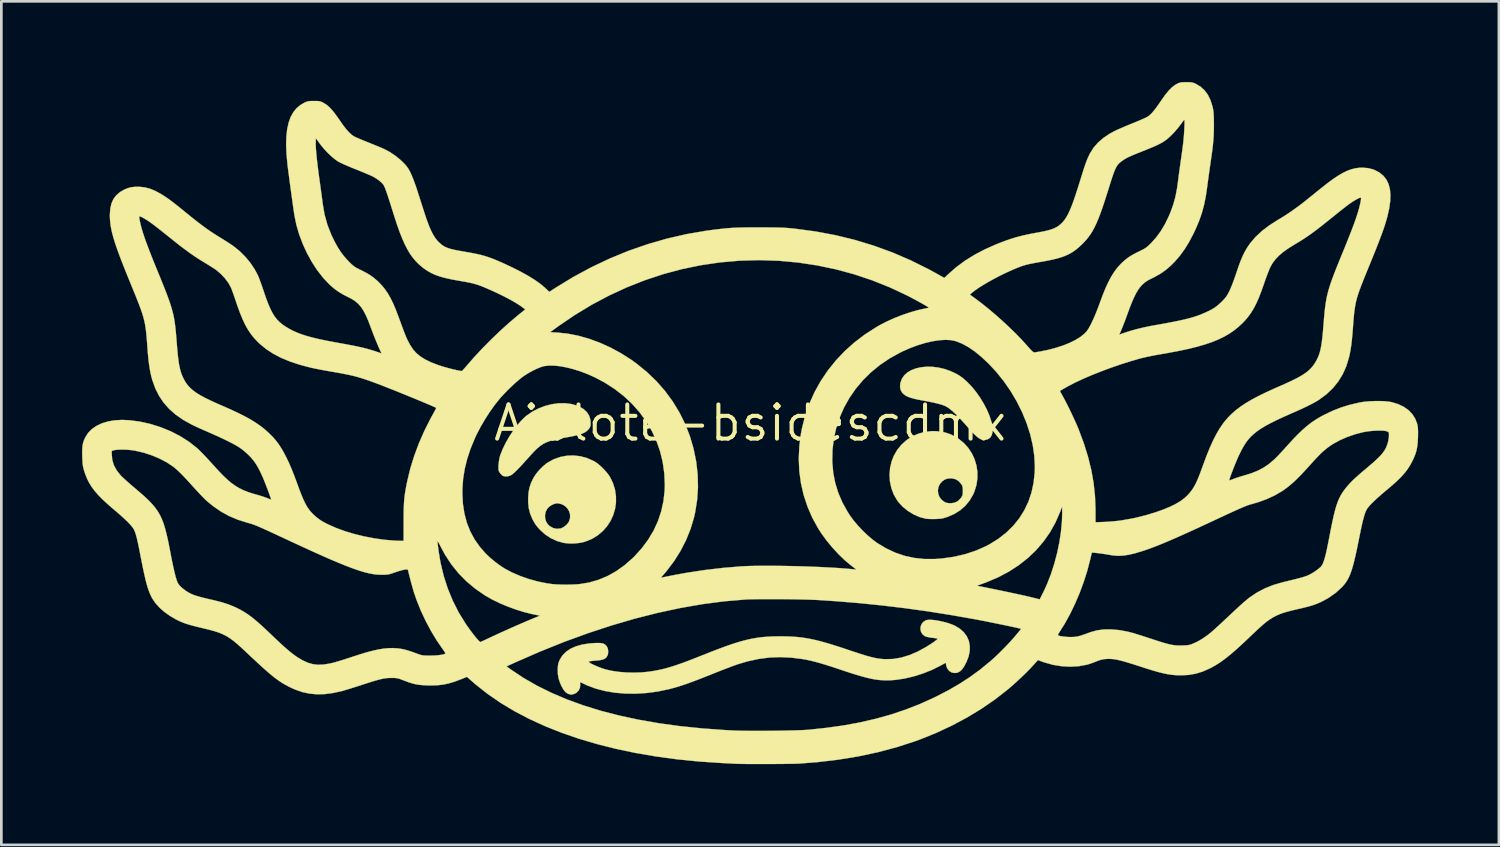
<source format=kicad_pcb>
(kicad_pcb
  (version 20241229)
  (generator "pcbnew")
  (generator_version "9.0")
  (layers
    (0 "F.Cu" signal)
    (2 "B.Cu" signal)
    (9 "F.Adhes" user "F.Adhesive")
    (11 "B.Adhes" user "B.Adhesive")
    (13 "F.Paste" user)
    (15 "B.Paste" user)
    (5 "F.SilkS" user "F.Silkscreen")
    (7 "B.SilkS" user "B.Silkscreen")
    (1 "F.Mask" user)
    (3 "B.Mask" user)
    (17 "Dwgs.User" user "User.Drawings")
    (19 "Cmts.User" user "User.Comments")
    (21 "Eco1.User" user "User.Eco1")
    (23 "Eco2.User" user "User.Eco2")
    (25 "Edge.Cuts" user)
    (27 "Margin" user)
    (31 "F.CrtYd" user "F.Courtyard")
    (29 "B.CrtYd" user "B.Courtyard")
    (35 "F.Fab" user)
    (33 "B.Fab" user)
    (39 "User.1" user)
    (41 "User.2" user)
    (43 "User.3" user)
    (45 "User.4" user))
  (footprint "Ajolote-bsidescdmx"
    (layer "F.Cu")
    (at 24.831 12.673)
    (property "Reference" "Ajolote-bsidescdmx" (at 0 0 0) (layer "F.SilkS") (effects (font (size 1.27 1.27) (thickness 0.15))))
    (attr through_hole)
    (fp_poly (pts (xy 6.779 -2.089) (xy 7.003 -2.06) (xy 7.229 -2.007) (xy 7.453 -1.928) (xy 7.477 -1.917) (xy 7.641 -1.841) (xy 7.779 -1.761) (xy 7.906 -1.67) (xy 8.038 -1.555) (xy 8.06 -1.535) (xy 8.233 -1.357) (xy 8.397 -1.156) (xy 8.549 -0.941) (xy 8.685 -0.716) (xy 8.803 -0.489) (xy 8.898 -0.266) (xy 8.966 -0.053) (xy 9.005 0.143) (xy 9.01 0.192) (xy 9.009 0.34) (xy 8.978 0.459) (xy 8.92 0.547) (xy 8.835 0.604) (xy 8.736 0.627) (xy 8.655 0.625) (xy 8.581 0.606) (xy 8.578 0.605) (xy 8.522 0.575) (xy 8.463 0.534) (xy 8.397 0.478) (xy 8.319 0.404) (xy 8.226 0.306) (xy 8.114 0.181) (xy 8.029 0.085) (xy 7.837 -0.129) (xy 7.666 -0.306) (xy 7.516 -0.447) (xy 7.386 -0.551) (xy 7.276 -0.62) (xy 7.262 -0.627) (xy 7.153 -0.67) (xy 7.004 -0.714) (xy 6.815 -0.76) (xy 6.584 -0.806) (xy 6.435 -0.833) (xy 6.241 -0.87) (xy 6.083 -0.906) (xy 5.955 -0.943) (xy 5.852 -0.982) (xy 5.767 -1.027) (xy 5.755 -1.034) (xy 5.658 -1.118) (xy 5.597 -1.223) (xy 5.572 -1.344) (xy 5.583 -1.479) (xy 5.632 -1.623) (xy 5.641 -1.642) (xy 5.727 -1.771) (xy 5.845 -1.879) (xy 5.993 -1.965) (xy 6.164 -2.03) (xy 6.355 -2.073) (xy 6.562 -2.093) (xy 6.779 -2.089)) (stroke (width 0.01) (type solid)) (fill yes) (layer "F.SilkS"))
    (fp_poly (pts (xy -6.65 -0.708) (xy -6.434 -0.648) (xy -6.352 -0.613) (xy -6.194 -0.521) (xy -6.072 -0.409) (xy -5.986 -0.278) (xy -5.939 -0.131) (xy -5.932 -0.071) (xy -5.927 0.034) (xy -5.937 0.112) (xy -5.964 0.177) (xy -6.012 0.241) (xy -6.015 0.244) (xy -6.07 0.298) (xy -6.137 0.344) (xy -6.221 0.386) (xy -6.328 0.424) (xy -6.46 0.46) (xy -6.625 0.496) (xy -6.826 0.533) (xy -6.869 0.541) (xy -7.091 0.581) (xy -7.278 0.622) (xy -7.436 0.666) (xy -7.573 0.717) (xy -7.694 0.778) (xy -7.807 0.854) (xy -7.918 0.947) (xy -8.034 1.061) (xy -8.162 1.199) (xy -8.187 1.228) (xy -8.355 1.415) (xy -8.497 1.571) (xy -8.617 1.697) (xy -8.715 1.797) (xy -8.794 1.87) (xy -8.855 1.92) (xy -8.896 1.945) (xy -9.005 1.981) (xy -9.111 1.985) (xy -9.177 1.969) (xy -9.23 1.933) (xy -9.285 1.874) (xy -9.33 1.808) (xy -9.348 1.764) (xy -9.356 1.688) (xy -9.354 1.585) (xy -9.343 1.467) (xy -9.324 1.345) (xy -9.298 1.234) (xy -9.283 1.185) (xy -9.195 0.963) (xy -9.083 0.735) (xy -8.953 0.507) (xy -8.809 0.289) (xy -8.658 0.086) (xy -8.504 -0.092) (xy -8.352 -0.239) (xy -8.31 -0.274) (xy -8.098 -0.421) (xy -7.867 -0.541) (xy -7.625 -0.634) (xy -7.376 -0.698) (xy -7.127 -0.733) (xy -6.883 -0.736) (xy -6.65 -0.708)) (stroke (width 0.01) (type solid)) (fill yes) (layer "F.SilkS"))
    (fp_poly (pts (xy -6.307 1.236) (xy -6.058 1.304) (xy -5.819 1.41) (xy -5.763 1.442) (xy -5.659 1.514) (xy -5.545 1.612) (xy -5.43 1.726) (xy -5.325 1.844) (xy -5.24 1.956) (xy -5.211 2) (xy -5.098 2.234) (xy -5.023 2.474) (xy -4.987 2.717) (xy -4.986 2.958) (xy -5.021 3.195) (xy -5.089 3.423) (xy -5.189 3.639) (xy -5.319 3.839) (xy -5.479 4.019) (xy -5.665 4.176) (xy -5.877 4.305) (xy -6.114 4.403) (xy -6.181 4.423) (xy -6.348 4.458) (xy -6.536 4.476) (xy -6.726 4.477) (xy -6.899 4.46) (xy -6.926 4.456) (xy -7.173 4.388) (xy -7.407 4.281) (xy -7.621 4.14) (xy -7.801 3.977) (xy -7.886 3.884) (xy -7.95 3.807) (xy -8.002 3.731) (xy -8.053 3.644) (xy -8.095 3.562) (xy -8.153 3.423) (xy -7.624 3.423) (xy -7.618 3.551) (xy -7.58 3.672) (xy -7.511 3.776) (xy -7.446 3.834) (xy -7.317 3.905) (xy -7.184 3.933) (xy -7.047 3.919) (xy -7.024 3.912) (xy -6.93 3.867) (xy -6.837 3.795) (xy -6.761 3.709) (xy -6.729 3.652) (xy -6.692 3.525) (xy -6.693 3.399) (xy -6.728 3.279) (xy -6.793 3.171) (xy -6.883 3.083) (xy -6.995 3.02) (xy -7.124 2.987) (xy -7.177 2.985) (xy -7.266 3) (xy -7.365 3.042) (xy -7.458 3.102) (xy -7.53 3.171) (xy -7.536 3.179) (xy -7.597 3.296) (xy -7.624 3.423) (xy -8.153 3.423) (xy -8.175 3.371) (xy -8.226 3.175) (xy -8.249 2.962) (xy -8.25 2.773) (xy -8.234 2.569) (xy -8.198 2.39) (xy -8.14 2.22) (xy -8.054 2.044) (xy -8.037 2.012) (xy -7.949 1.881) (xy -7.835 1.744) (xy -7.706 1.615) (xy -7.573 1.505) (xy -7.526 1.472) (xy -7.301 1.348) (xy -7.061 1.263) (xy -6.813 1.215) (xy -6.56 1.206) (xy -6.307 1.236)) (stroke (width 0.01) (type solid)) (fill yes) (layer "F.SilkS"))
    (fp_poly (pts (xy 6.899 0.303) (xy 7.084 0.32) (xy 7.244 0.351) (xy 7.395 0.4) (xy 7.524 0.455) (xy 7.745 0.583) (xy 7.939 0.739) (xy 8.104 0.921) (xy 8.239 1.124) (xy 8.342 1.344) (xy 8.412 1.577) (xy 8.448 1.819) (xy 8.447 2.066) (xy 8.41 2.313) (xy 8.333 2.557) (xy 8.289 2.656) (xy 8.16 2.879) (xy 7.999 3.075) (xy 7.807 3.243) (xy 7.587 3.381) (xy 7.342 3.487) (xy 7.323 3.494) (xy 7.221 3.526) (xy 7.132 3.547) (xy 7.041 3.559) (xy 6.93 3.566) (xy 6.88 3.568) (xy 6.77 3.569) (xy 6.663 3.567) (xy 6.573 3.561) (xy 6.526 3.555) (xy 6.3 3.495) (xy 6.078 3.398) (xy 5.867 3.27) (xy 5.677 3.116) (xy 5.515 2.942) (xy 5.462 2.869) (xy 5.337 2.652) (xy 5.284 2.511) (xy 6.978 2.511) (xy 6.993 2.635) (xy 7.039 2.752) (xy 7.117 2.854) (xy 7.224 2.934) (xy 7.26 2.952) (xy 7.36 2.978) (xy 7.477 2.981) (xy 7.594 2.961) (xy 7.692 2.921) (xy 7.702 2.915) (xy 7.769 2.859) (xy 7.832 2.79) (xy 7.847 2.769) (xy 7.878 2.717) (xy 7.896 2.666) (xy 7.904 2.603) (xy 7.906 2.519) (xy 7.904 2.43) (xy 7.895 2.368) (xy 7.877 2.318) (xy 7.847 2.269) (xy 7.754 2.162) (xy 7.64 2.091) (xy 7.506 2.058) (xy 7.493 2.057) (xy 7.355 2.062) (xy 7.238 2.098) (xy 7.141 2.165) (xy 7.051 2.268) (xy 6.998 2.386) (xy 6.978 2.511) (xy 5.284 2.511) (xy 5.249 2.417) (xy 5.197 2.171) (xy 5.181 1.918) (xy 5.203 1.666) (xy 5.262 1.418) (xy 5.342 1.217) (xy 5.47 0.995) (xy 5.63 0.8) (xy 5.816 0.633) (xy 6.025 0.498) (xy 6.254 0.396) (xy 6.498 0.33) (xy 6.753 0.301) (xy 6.899 0.303)) (stroke (width 0.01) (type solid)) (fill yes) (layer "F.SilkS"))
    (fp_poly (pts (xy 6.759 7.316) (xy 6.895 7.331) (xy 7.044 7.358) (xy 7.2 7.393) (xy 7.352 7.435) (xy 7.492 7.483) (xy 7.612 7.535) (xy 7.795 7.645) (xy 7.943 7.777) (xy 8.054 7.928) (xy 8.128 8.096) (xy 8.164 8.279) (xy 8.162 8.473) (xy 8.12 8.678) (xy 8.038 8.89) (xy 8.033 8.9) (xy 7.954 9.048) (xy 7.877 9.158) (xy 7.799 9.232) (xy 7.715 9.276) (xy 7.621 9.292) (xy 7.606 9.292) (xy 7.494 9.273) (xy 7.401 9.216) (xy 7.331 9.126) (xy 7.329 9.122) (xy 7.3 9.054) (xy 7.283 8.989) (xy 7.281 8.968) (xy 7.277 8.928) (xy 7.265 8.915) (xy 7.241 8.927) (xy 7.189 8.956) (xy 7.117 8.995) (xy 7.068 9.022) (xy 6.756 9.177) (xy 6.425 9.309) (xy 6.083 9.417) (xy 5.741 9.498) (xy 5.407 9.547) (xy 5.226 9.561) (xy 5.083 9.565) (xy 4.944 9.562) (xy 4.805 9.552) (xy 4.661 9.534) (xy 4.507 9.506) (xy 4.338 9.467) (xy 4.151 9.417) (xy 3.939 9.355) (xy 3.698 9.279) (xy 3.424 9.188) (xy 3.355 9.165) (xy 3.07 9.07) (xy 2.819 8.99) (xy 2.597 8.924) (xy 2.4 8.87) (xy 2.222 8.826) (xy 2.06 8.792) (xy 1.968 8.776) (xy 1.537 8.721) (xy 1.122 8.701) (xy 0.717 8.716) (xy 0.314 8.769) (xy -0.093 8.858) (xy -0.449 8.963) (xy -0.537 8.994) (xy -0.657 9.037) (xy -0.802 9.092) (xy -0.966 9.154) (xy -1.141 9.222) (xy -1.32 9.293) (xy -1.439 9.341) (xy -1.711 9.449) (xy -1.949 9.542) (xy -2.159 9.621) (xy -2.345 9.689) (xy -2.513 9.746) (xy -2.668 9.796) (xy -2.815 9.839) (xy -2.96 9.878) (xy -3.025 9.894) (xy -3.435 9.98) (xy -3.845 10.035) (xy -4.249 10.06) (xy -4.646 10.056) (xy -5.029 10.023) (xy -5.394 9.961) (xy -5.739 9.871) (xy -6.058 9.752) (xy -6.202 9.683) (xy -6.262 9.654) (xy -6.304 9.635) (xy -6.317 9.631) (xy -6.321 9.649) (xy -6.319 9.696) (xy -6.316 9.721) (xy -6.323 9.83) (xy -6.366 9.931) (xy -6.441 10.013) (xy -6.497 10.049) (xy -6.589 10.086) (xy -6.667 10.093) (xy -6.75 10.07) (xy -6.789 10.052) (xy -6.865 9.998) (xy -6.937 9.91) (xy -7.008 9.786) (xy -7.056 9.679) (xy -7.117 9.504) (xy -7.147 9.332) (xy -7.151 9.145) (xy -7.151 9.131) (xy -7.143 9.023) (xy -7.128 8.939) (xy -7.102 8.861) (xy -7.077 8.804) (xy -6.979 8.643) (xy -6.845 8.505) (xy -6.678 8.391) (xy -6.476 8.301) (xy -6.242 8.234) (xy -5.976 8.193) (xy -5.789 8.179) (xy -5.651 8.175) (xy -5.547 8.18) (xy -5.469 8.194) (xy -5.41 8.221) (xy -5.361 8.262) (xy -5.326 8.303) (xy -5.29 8.381) (xy -5.275 8.478) (xy -5.281 8.577) (xy -5.302 8.643) (xy -5.341 8.708) (xy -5.394 8.755) (xy -5.466 8.789) (xy -5.566 8.812) (xy -5.699 8.828) (xy -5.733 8.831) (xy -5.832 8.839) (xy -5.914 8.849) (xy -5.972 8.859) (xy -5.996 8.866) (xy -5.991 8.887) (xy -5.952 8.917) (xy -5.885 8.956) (xy -5.796 8.999) (xy -5.692 9.044) (xy -5.579 9.089) (xy -5.463 9.13) (xy -5.354 9.163) (xy -5.13 9.213) (xy -4.877 9.25) (xy -4.605 9.271) (xy -4.325 9.278) (xy -4.048 9.27) (xy -3.784 9.245) (xy -3.757 9.241) (xy -3.589 9.216) (xy -3.427 9.186) (xy -3.266 9.151) (xy -3.101 9.109) (xy -2.927 9.058) (xy -2.739 8.997) (xy -2.531 8.925) (xy -2.3 8.839) (xy -2.041 8.738) (xy -1.757 8.626) (xy -1.422 8.493) (xy -1.121 8.378) (xy -0.849 8.278) (xy -0.601 8.194) (xy -0.373 8.124) (xy -0.16 8.067) (xy 0.043 8.021) (xy 0.239 7.986) (xy 0.435 7.96) (xy 0.633 7.943) (xy 0.839 7.933) (xy 1.058 7.929) (xy 1.111 7.928) (xy 1.341 7.931) (xy 1.555 7.939) (xy 1.76 7.954) (xy 1.962 7.978) (xy 2.164 8.01) (xy 2.374 8.053) (xy 2.597 8.107) (xy 2.838 8.174) (xy 3.103 8.254) (xy 3.397 8.348) (xy 3.631 8.427) (xy 3.873 8.508) (xy 4.08 8.575) (xy 4.257 8.631) (xy 4.409 8.675) (xy 4.542 8.709) (xy 4.659 8.736) (xy 4.766 8.755) (xy 4.868 8.767) (xy 4.97 8.776) (xy 5.027 8.778) (xy 5.316 8.77) (xy 5.612 8.72) (xy 5.915 8.629) (xy 6.225 8.497) (xy 6.543 8.323) (xy 6.725 8.208) (xy 6.829 8.137) (xy 6.9 8.085) (xy 6.944 8.05) (xy 6.963 8.026) (xy 6.961 8.012) (xy 6.938 8.007) (xy 6.882 7.998) (xy 6.804 7.987) (xy 6.752 7.981) (xy 6.655 7.966) (xy 6.568 7.947) (xy 6.504 7.927) (xy 6.488 7.919) (xy 6.404 7.849) (xy 6.352 7.76) (xy 6.331 7.662) (xy 6.339 7.561) (xy 6.376 7.468) (xy 6.441 7.389) (xy 6.533 7.333) (xy 6.562 7.324) (xy 6.645 7.313) (xy 6.759 7.316)) (stroke (width 0.01) (type solid)) (fill yes) (layer "F.SilkS"))
    (fp_poly (pts (xy 16.317 -12.667) (xy 16.392 -12.663) (xy 16.451 -12.652) (xy 16.506 -12.633) (xy 16.572 -12.603) (xy 16.573 -12.602) (xy 16.745 -12.499) (xy 16.891 -12.365) (xy 17.013 -12.2) (xy 17.11 -12.002) (xy 17.184 -11.769) (xy 17.212 -11.642) (xy 17.222 -11.566) (xy 17.23 -11.454) (xy 17.235 -11.315) (xy 17.238 -11.153) (xy 17.238 -11.07) (xy 17.237 -10.917) (xy 17.233 -10.774) (xy 17.227 -10.634) (xy 17.216 -10.49) (xy 17.201 -10.336) (xy 17.181 -10.165) (xy 17.155 -9.969) (xy 17.122 -9.742) (xy 17.102 -9.604) (xy 17.078 -9.436) (xy 17.051 -9.244) (xy 17.024 -9.047) (xy 16.999 -8.862) (xy 16.987 -8.768) (xy 16.936 -8.424) (xy 16.872 -8.109) (xy 16.792 -7.813) (xy 16.692 -7.524) (xy 16.569 -7.231) (xy 16.478 -7.038) (xy 16.318 -6.734) (xy 16.153 -6.465) (xy 15.979 -6.225) (xy 15.79 -6.005) (xy 15.644 -5.857) (xy 15.456 -5.694) (xy 15.252 -5.551) (xy 15.021 -5.421) (xy 14.925 -5.375) (xy 14.803 -5.312) (xy 14.695 -5.243) (xy 14.598 -5.163) (xy 14.509 -5.07) (xy 14.427 -4.959) (xy 14.347 -4.826) (xy 14.268 -4.667) (xy 14.185 -4.478) (xy 14.098 -4.254) (xy 14.032 -4.075) (xy 13.981 -3.934) (xy 13.929 -3.794) (xy 13.879 -3.665) (xy 13.836 -3.555) (xy 13.803 -3.474) (xy 13.8 -3.469) (xy 13.721 -3.286) (xy 13.893 -3.346) (xy 14.118 -3.419) (xy 14.349 -3.485) (xy 14.595 -3.545) (xy 14.865 -3.602) (xy 15.141 -3.652) (xy 15.44 -3.705) (xy 15.701 -3.755) (xy 15.93 -3.801) (xy 16.131 -3.846) (xy 16.309 -3.89) (xy 16.468 -3.935) (xy 16.613 -3.982) (xy 16.748 -4.032) (xy 16.879 -4.087) (xy 16.899 -4.096) (xy 17.053 -4.167) (xy 17.178 -4.233) (xy 17.283 -4.299) (xy 17.38 -4.372) (xy 17.477 -4.46) (xy 17.527 -4.508) (xy 17.614 -4.598) (xy 17.679 -4.674) (xy 17.732 -4.751) (xy 17.783 -4.843) (xy 17.817 -4.911) (xy 17.857 -4.999) (xy 17.906 -5.118) (xy 17.96 -5.259) (xy 18.015 -5.412) (xy 18.069 -5.566) (xy 18.084 -5.611) (xy 18.164 -5.848) (xy 18.24 -6.049) (xy 18.314 -6.223) (xy 18.391 -6.376) (xy 18.472 -6.515) (xy 18.562 -6.648) (xy 18.595 -6.692) (xy 18.789 -6.919) (xy 19.024 -7.138) (xy 19.3 -7.348) (xy 19.617 -7.55) (xy 19.664 -7.578) (xy 19.81 -7.666) (xy 19.978 -7.775) (xy 20.157 -7.897) (xy 20.337 -8.026) (xy 20.507 -8.153) (xy 20.63 -8.249) (xy 20.733 -8.333) (xy 20.858 -8.433) (xy 20.993 -8.542) (xy 21.126 -8.65) (xy 21.221 -8.726) (xy 21.456 -8.912) (xy 21.667 -9.067) (xy 21.858 -9.195) (xy 22.033 -9.297) (xy 22.196 -9.376) (xy 22.35 -9.432) (xy 22.5 -9.469) (xy 22.65 -9.488) (xy 22.754 -9.491) (xy 22.974 -9.474) (xy 23.176 -9.42) (xy 23.362 -9.327) (xy 23.398 -9.304) (xy 23.538 -9.189) (xy 23.648 -9.05) (xy 23.728 -8.886) (xy 23.779 -8.698) (xy 23.799 -8.483) (xy 23.791 -8.241) (xy 23.752 -7.972) (xy 23.685 -7.673) (xy 23.61 -7.413) (xy 23.564 -7.272) (xy 23.508 -7.111) (xy 23.44 -6.927) (xy 23.36 -6.717) (xy 23.267 -6.478) (xy 23.158 -6.208) (xy 23.034 -5.902) (xy 22.987 -5.789) (xy 22.883 -5.535) (xy 22.794 -5.315) (xy 22.719 -5.124) (xy 22.656 -4.955) (xy 22.603 -4.804) (xy 22.56 -4.665) (xy 22.525 -4.534) (xy 22.497 -4.404) (xy 22.475 -4.27) (xy 22.456 -4.128) (xy 22.439 -3.971) (xy 22.424 -3.794) (xy 22.409 -3.592) (xy 22.405 -3.535) (xy 22.385 -3.285) (xy 22.364 -3.07) (xy 22.342 -2.882) (xy 22.316 -2.716) (xy 22.287 -2.562) (xy 22.255 -2.424) (xy 22.155 -2.102) (xy 22.022 -1.806) (xy 21.855 -1.536) (xy 21.654 -1.29) (xy 21.418 -1.066) (xy 21.149 -0.868) (xy 21.035 -0.797) (xy 20.896 -0.721) (xy 20.729 -0.636) (xy 20.531 -0.541) (xy 20.298 -0.436) (xy 20.098 -0.348) (xy 19.811 -0.221) (xy 19.561 -0.104) (xy 19.344 0.004) (xy 19.157 0.105) (xy 18.996 0.202) (xy 18.856 0.297) (xy 18.736 0.392) (xy 18.63 0.488) (xy 18.628 0.49) (xy 18.532 0.593) (xy 18.444 0.706) (xy 18.359 0.836) (xy 18.271 0.992) (xy 18.177 1.181) (xy 18.171 1.193) (xy 18.13 1.283) (xy 18.083 1.39) (xy 18.034 1.509) (xy 17.984 1.634) (xy 17.936 1.757) (xy 17.892 1.872) (xy 17.855 1.974) (xy 17.827 2.055) (xy 17.811 2.11) (xy 17.809 2.132) (xy 17.831 2.128) (xy 17.882 2.111) (xy 17.953 2.085) (xy 17.981 2.074) (xy 18.075 2.04) (xy 18.191 2.001) (xy 18.312 1.965) (xy 18.372 1.948) (xy 18.639 1.865) (xy 18.874 1.77) (xy 19.085 1.658) (xy 19.282 1.524) (xy 19.473 1.362) (xy 19.513 1.325) (xy 19.568 1.27) (xy 19.645 1.19) (xy 19.736 1.092) (xy 19.837 0.984) (xy 19.939 0.87) (xy 19.97 0.836) (xy 20.173 0.613) (xy 20.357 0.422) (xy 20.529 0.257) (xy 20.693 0.114) (xy 20.854 -0.011) (xy 21.018 -0.123) (xy 21.19 -0.226) (xy 21.336 -0.304) (xy 21.655 -0.456) (xy 21.968 -0.579) (xy 22.291 -0.678) (xy 22.637 -0.759) (xy 22.669 -0.765) (xy 22.826 -0.79) (xy 23.004 -0.806) (xy 23.194 -0.815) (xy 23.384 -0.817) (xy 23.565 -0.811) (xy 23.724 -0.796) (xy 23.844 -0.776) (xy 24.084 -0.703) (xy 24.292 -0.605) (xy 24.469 -0.481) (xy 24.612 -0.332) (xy 24.721 -0.16) (xy 24.795 0.034) (xy 24.808 0.087) (xy 24.82 0.18) (xy 24.826 0.314) (xy 24.824 0.488) (xy 24.823 0.531) (xy 24.813 0.725) (xy 24.794 0.888) (xy 24.764 1.034) (xy 24.72 1.174) (xy 24.659 1.32) (xy 24.617 1.408) (xy 24.537 1.558) (xy 24.447 1.7) (xy 24.343 1.839) (xy 24.22 1.979) (xy 24.075 2.125) (xy 23.903 2.282) (xy 23.7 2.455) (xy 23.675 2.476) (xy 23.472 2.647) (xy 23.298 2.801) (xy 23.153 2.938) (xy 23.039 3.054) (xy 22.959 3.149) (xy 22.954 3.155) (xy 22.923 3.203) (xy 22.893 3.259) (xy 22.864 3.327) (xy 22.835 3.411) (xy 22.805 3.515) (xy 22.772 3.642) (xy 22.736 3.796) (xy 22.696 3.982) (xy 22.651 4.203) (xy 22.615 4.381) (xy 22.556 4.67) (xy 22.502 4.921) (xy 22.451 5.137) (xy 22.401 5.324) (xy 22.352 5.484) (xy 22.303 5.621) (xy 22.25 5.74) (xy 22.194 5.845) (xy 22.133 5.938) (xy 22.065 6.025) (xy 21.994 6.103) (xy 21.761 6.316) (xy 21.496 6.501) (xy 21.293 6.613) (xy 21.179 6.668) (xy 21.07 6.715) (xy 20.958 6.757) (xy 20.835 6.796) (xy 20.694 6.835) (xy 20.525 6.877) (xy 20.34 6.919) (xy 20.124 6.97) (xy 19.943 7.018) (xy 19.789 7.065) (xy 19.655 7.116) (xy 19.535 7.171) (xy 19.419 7.234) (xy 19.315 7.3) (xy 19.26 7.337) (xy 19.205 7.378) (xy 19.145 7.425) (xy 19.077 7.482) (xy 18.997 7.553) (xy 18.901 7.64) (xy 18.786 7.747) (xy 18.648 7.877) (xy 18.5 8.018) (xy 18.273 8.231) (xy 18.07 8.416) (xy 17.887 8.575) (xy 17.72 8.711) (xy 17.564 8.829) (xy 17.417 8.931) (xy 17.274 9.019) (xy 17.131 9.098) (xy 17.087 9.12) (xy 16.822 9.237) (xy 16.563 9.317) (xy 16.298 9.363) (xy 16.027 9.377) (xy 15.892 9.375) (xy 15.763 9.367) (xy 15.634 9.353) (xy 15.5 9.332) (xy 15.356 9.302) (xy 15.196 9.262) (xy 15.015 9.211) (xy 14.807 9.148) (xy 14.567 9.072) (xy 14.467 9.039) (xy 14.237 8.965) (xy 14.04 8.904) (xy 13.874 8.856) (xy 13.733 8.819) (xy 13.611 8.793) (xy 13.504 8.776) (xy 13.408 8.768) (xy 13.316 8.766) (xy 13.263 8.768) (xy 13.161 8.776) (xy 13.075 8.791) (xy 12.988 8.816) (xy 12.884 8.854) (xy 12.859 8.865) (xy 12.755 8.905) (xy 12.65 8.942) (xy 12.559 8.971) (xy 12.52 8.982) (xy 12.218 9.038) (xy 11.902 9.057) (xy 11.579 9.039) (xy 11.256 8.987) (xy 10.939 8.899) (xy 10.868 8.874) (xy 10.698 8.811) (xy 10.508 9.021) (xy 10.393 9.144) (xy 10.253 9.285) (xy 10.097 9.436) (xy 9.933 9.59) (xy 9.77 9.737) (xy 9.617 9.87) (xy 9.578 9.903) (xy 9.106 10.271) (xy 8.601 10.619) (xy 8.065 10.944) (xy 7.503 11.244) (xy 6.918 11.517) (xy 6.316 11.76) (xy 6.144 11.823) (xy 5.467 12.043) (xy 4.765 12.232) (xy 4.036 12.388) (xy 3.282 12.512) (xy 2.5 12.605) (xy 1.82 12.658) (xy 1.735 12.661) (xy 1.614 12.665) (xy 1.462 12.667) (xy 1.286 12.67) (xy 1.091 12.672) (xy 0.884 12.673) (xy 0.67 12.674) (xy 0.455 12.675) (xy 0.246 12.675) (xy 0.047 12.674) (xy -0.134 12.673) (xy -0.292 12.671) (xy -0.421 12.669) (xy -0.516 12.666) (xy -0.529 12.665) (xy -0.586 12.662) (xy -0.677 12.657) (xy -0.793 12.651) (xy -0.925 12.644) (xy -1.065 12.637) (xy -1.079 12.636) (xy -1.91 12.58) (xy -2.718 12.499) (xy -3.5 12.393) (xy -4.258 12.263) (xy -4.989 12.11) (xy -5.692 11.933) (xy -6.367 11.733) (xy -7.013 11.51) (xy -7.627 11.265) (xy -8.21 10.998) (xy -8.76 10.709) (xy -9.277 10.399) (xy -9.759 10.067) (xy -10.205 9.715) (xy -10.326 9.61) (xy -10.525 9.435) (xy -10.739 9.521) (xy -10.978 9.611) (xy -11.196 9.677) (xy -11.404 9.721) (xy -11.614 9.746) (xy -11.839 9.754) (xy -11.999 9.752) (xy -12.167 9.743) (xy -12.309 9.73) (xy -12.439 9.708) (xy -12.567 9.675) (xy -12.708 9.63) (xy -12.873 9.568) (xy -12.88 9.565) (xy -12.984 9.526) (xy -13.062 9.499) (xy -13.129 9.484) (xy -13.198 9.476) (xy -13.282 9.474) (xy -13.324 9.474) (xy -13.409 9.475) (xy -13.49 9.48) (xy -13.572 9.489) (xy -13.66 9.505) (xy -13.761 9.528) (xy -13.88 9.56) (xy -14.02 9.601) (xy -14.189 9.654) (xy -14.391 9.719) (xy -14.448 9.738) (xy -14.606 9.789) (xy -14.76 9.838) (xy -14.902 9.882) (xy -15.026 9.92) (xy -15.124 9.949) (xy -15.189 9.967) (xy -15.189 9.967) (xy -15.516 10.037) (xy -15.819 10.076) (xy -16.103 10.083) (xy -16.375 10.058) (xy -16.639 10.001) (xy -16.9 9.911) (xy -17.071 9.835) (xy -17.183 9.779) (xy -17.288 9.722) (xy -17.391 9.662) (xy -17.494 9.595) (xy -17.6 9.519) (xy -17.714 9.433) (xy -17.837 9.332) (xy -17.974 9.214) (xy -18.128 9.077) (xy -18.162 9.045) (xy -9.055 9.045) (xy -8.897 9.159) (xy -8.427 9.472) (xy -7.922 9.763) (xy -7.381 10.03) (xy -6.804 10.275) (xy -6.193 10.497) (xy -5.546 10.697) (xy -4.864 10.873) (xy -4.148 11.027) (xy -3.397 11.158) (xy -2.612 11.266) (xy -1.792 11.35) (xy -0.938 11.412) (xy -0.603 11.43) (xy -0.459 11.435) (xy -0.282 11.439) (xy -0.08 11.441) (xy 0.142 11.442) (xy 0.378 11.442) (xy 0.623 11.441) (xy 0.87 11.439) (xy 1.115 11.436) (xy 1.35 11.432) (xy 1.571 11.427) (xy 1.771 11.421) (xy 1.945 11.414) (xy 2.086 11.407) (xy 2.17 11.401) (xy 2.846 11.329) (xy 3.488 11.238) (xy 4.099 11.125) (xy 4.685 10.989) (xy 5.248 10.831) (xy 5.793 10.648) (xy 6.322 10.44) (xy 6.84 10.205) (xy 6.932 10.16) (xy 7.378 9.929) (xy 7.791 9.689) (xy 8.178 9.437) (xy 8.548 9.166) (xy 8.91 8.87) (xy 8.991 8.8) (xy 9.148 8.657) (xy 9.319 8.49) (xy 9.495 8.312) (xy 9.665 8.131) (xy 9.818 7.96) (xy 9.886 7.879) (xy 11.441 7.879) (xy 11.452 7.895) (xy 11.5 7.913) (xy 11.581 7.929) (xy 11.682 7.942) (xy 11.793 7.951) (xy 11.904 7.955) (xy 12.003 7.953) (xy 12.003 7.953) (xy 12.072 7.947) (xy 12.136 7.939) (xy 12.201 7.926) (xy 12.275 7.906) (xy 12.365 7.877) (xy 12.478 7.838) (xy 12.622 7.785) (xy 12.662 7.771) (xy 12.89 7.707) (xy 13.143 7.673) (xy 13.418 7.67) (xy 13.711 7.696) (xy 14.018 7.751) (xy 14.255 7.812) (xy 14.317 7.831) (xy 14.411 7.861) (xy 14.531 7.899) (xy 14.668 7.943) (xy 14.816 7.991) (xy 14.922 8.026) (xy 15.128 8.093) (xy 15.299 8.147) (xy 15.443 8.19) (xy 15.564 8.221) (xy 15.67 8.244) (xy 15.765 8.259) (xy 15.856 8.267) (xy 15.949 8.27) (xy 16.05 8.269) (xy 16.055 8.269) (xy 16.171 8.265) (xy 16.258 8.258) (xy 16.328 8.246) (xy 16.393 8.227) (xy 16.456 8.203) (xy 16.627 8.124) (xy 16.795 8.028) (xy 16.973 7.905) (xy 17.013 7.875) (xy 17.053 7.845) (xy 17.093 7.812) (xy 17.138 7.775) (xy 17.189 7.731) (xy 17.25 7.677) (xy 17.323 7.611) (xy 17.411 7.53) (xy 17.518 7.432) (xy 17.645 7.313) (xy 17.796 7.172) (xy 17.973 7.005) (xy 18.071 6.914) (xy 18.18 6.813) (xy 18.293 6.712) (xy 18.401 6.618) (xy 18.494 6.54) (xy 18.561 6.487) (xy 18.839 6.3) (xy 19.138 6.144) (xy 19.462 6.015) (xy 19.817 5.913) (xy 19.854 5.904) (xy 20.072 5.852) (xy 20.252 5.808) (xy 20.4 5.77) (xy 20.52 5.737) (xy 20.616 5.707) (xy 20.694 5.68) (xy 20.757 5.653) (xy 20.762 5.651) (xy 20.874 5.592) (xy 20.991 5.518) (xy 21.101 5.439) (xy 21.191 5.364) (xy 21.215 5.34) (xy 21.249 5.296) (xy 21.282 5.236) (xy 21.315 5.158) (xy 21.348 5.057) (xy 21.383 4.931) (xy 21.42 4.775) (xy 21.46 4.587) (xy 21.505 4.362) (xy 21.536 4.202) (xy 21.592 3.913) (xy 21.643 3.663) (xy 21.691 3.446) (xy 21.738 3.258) (xy 21.784 3.096) (xy 21.832 2.955) (xy 21.882 2.83) (xy 21.937 2.718) (xy 21.998 2.614) (xy 22.065 2.515) (xy 22.142 2.415) (xy 22.182 2.366) (xy 22.243 2.295) (xy 22.304 2.228) (xy 22.369 2.161) (xy 22.442 2.09) (xy 22.528 2.011) (xy 22.632 1.919) (xy 22.757 1.811) (xy 22.909 1.683) (xy 22.981 1.622) (xy 23.153 1.475) (xy 23.293 1.347) (xy 23.407 1.235) (xy 23.496 1.134) (xy 23.567 1.039) (xy 23.621 0.948) (xy 23.631 0.93) (xy 23.682 0.803) (xy 23.721 0.663) (xy 23.743 0.526) (xy 23.745 0.411) (xy 23.738 0.36) (xy 23.718 0.331) (xy 23.675 0.311) (xy 23.643 0.301) (xy 23.567 0.287) (xy 23.458 0.281) (xy 23.327 0.281) (xy 23.182 0.288) (xy 23.034 0.301) (xy 22.892 0.32) (xy 22.789 0.339) (xy 22.49 0.416) (xy 22.195 0.518) (xy 21.916 0.64) (xy 21.663 0.779) (xy 21.557 0.849) (xy 21.442 0.933) (xy 21.329 1.026) (xy 21.212 1.133) (xy 21.086 1.261) (xy 20.943 1.414) (xy 20.866 1.5) (xy 20.674 1.713) (xy 20.504 1.895) (xy 20.35 2.052) (xy 20.209 2.187) (xy 20.076 2.303) (xy 19.948 2.406) (xy 19.82 2.499) (xy 19.759 2.539) (xy 19.495 2.692) (xy 19.201 2.828) (xy 18.884 2.944) (xy 18.63 3.016) (xy 18.573 3.032) (xy 18.507 3.054) (xy 18.428 3.084) (xy 18.333 3.122) (xy 18.219 3.171) (xy 18.082 3.232) (xy 17.919 3.306) (xy 17.726 3.394) (xy 17.501 3.499) (xy 17.335 3.577) (xy 16.968 3.748) (xy 16.636 3.902) (xy 16.335 4.04) (xy 16.063 4.163) (xy 15.817 4.272) (xy 15.594 4.369) (xy 15.391 4.455) (xy 15.205 4.531) (xy 15.032 4.599) (xy 14.871 4.659) (xy 14.717 4.714) (xy 14.568 4.763) (xy 14.547 4.77) (xy 14.299 4.844) (xy 14.08 4.895) (xy 13.882 4.926) (xy 13.699 4.936) (xy 13.522 4.926) (xy 13.367 4.902) (xy 13.295 4.889) (xy 13.204 4.874) (xy 13.1 4.859) (xy 12.994 4.845) (xy 12.892 4.832) (xy 12.805 4.823) (xy 12.74 4.817) (xy 12.707 4.816) (xy 12.704 4.817) (xy 12.697 4.838) (xy 12.683 4.893) (xy 12.663 4.973) (xy 12.64 5.071) (xy 12.635 5.092) (xy 12.531 5.493) (xy 12.401 5.901) (xy 12.25 6.31) (xy 12.08 6.709) (xy 11.895 7.092) (xy 11.699 7.45) (xy 11.496 7.774) (xy 11.488 7.786) (xy 11.452 7.845) (xy 11.441 7.879) (xy 9.886 7.879) (xy 9.891 7.873) (xy 10.074 7.652) (xy 10.017 7.636) (xy 9.957 7.621) (xy 9.863 7.6) (xy 9.739 7.572) (xy 9.591 7.541) (xy 9.426 7.506) (xy 9.249 7.47) (xy 9.067 7.433) (xy 8.886 7.396) (xy 8.712 7.361) (xy 8.55 7.33) (xy 8.406 7.302) (xy 8.361 7.294) (xy 7.469 7.137) (xy 6.602 6.999) (xy 5.749 6.881) (xy 4.897 6.779) (xy 4.036 6.692) (xy 3.153 6.62) (xy 2.582 6.582) (xy 2.435 6.574) (xy 2.255 6.567) (xy 2.049 6.561) (xy 1.823 6.556) (xy 1.583 6.551) (xy 1.335 6.548) (xy 1.084 6.546) (xy 0.837 6.545) (xy 0.6 6.545) (xy 0.379 6.546) (xy 0.179 6.549) (xy 0.007 6.552) (xy -0.131 6.557) (xy -0.18 6.56) (xy -0.966 6.627) (xy -1.771 6.732) (xy -2.592 6.875) (xy -3.428 7.054) (xy -4.278 7.269) (xy -5.141 7.521) (xy -6.016 7.808) (xy -6.902 8.131) (xy -7.797 8.49) (xy -8.699 8.883) (xy -8.809 8.933) (xy -9.055 9.045) (xy -18.162 9.045) (xy -18.301 8.918) (xy -18.498 8.735) (xy -18.722 8.525) (xy -18.732 8.515) (xy -18.911 8.348) (xy -19.067 8.209) (xy -19.207 8.093) (xy -19.338 7.997) (xy -19.467 7.917) (xy -19.6 7.85) (xy -19.743 7.791) (xy -19.904 7.738) (xy -20.089 7.687) (xy -20.304 7.634) (xy -20.364 7.62) (xy -20.568 7.571) (xy -20.737 7.527) (xy -20.88 7.487) (xy -21.003 7.447) (xy -21.113 7.405) (xy -21.217 7.36) (xy -21.324 7.307) (xy -21.335 7.302) (xy -21.564 7.169) (xy -21.773 7.02) (xy -21.956 6.858) (xy -22.108 6.688) (xy -22.224 6.515) (xy -22.24 6.486) (xy -22.283 6.398) (xy -22.324 6.305) (xy -22.362 6.203) (xy -22.399 6.088) (xy -22.437 5.957) (xy -22.476 5.805) (xy -22.516 5.628) (xy -22.561 5.423) (xy -22.609 5.185) (xy -22.663 4.91) (xy -22.68 4.822) (xy -22.722 4.607) (xy -22.76 4.429) (xy -22.794 4.283) (xy -22.826 4.164) (xy -22.856 4.068) (xy -22.887 3.99) (xy -22.906 3.951) (xy -22.955 3.876) (xy -23.037 3.779) (xy -23.149 3.662) (xy -23.289 3.529) (xy -23.453 3.381) (xy -23.633 3.228) (xy -23.861 3.032) (xy -24.056 2.852) (xy -24.221 2.685) (xy -24.36 2.526) (xy -24.476 2.371) (xy -24.572 2.214) (xy -24.652 2.052) (xy -24.719 1.88) (xy -24.757 1.763) (xy -24.78 1.679) (xy -24.797 1.6) (xy -24.809 1.514) (xy -24.816 1.411) (xy -24.822 1.278) (xy -24.823 1.248) (xy -24.826 1.079) (xy -24.825 1.04) (xy -23.728 1.04) (xy -23.728 1.165) (xy -23.708 1.373) (xy -23.647 1.571) (xy -23.545 1.76) (xy -23.406 1.936) (xy -23.352 1.991) (xy -23.272 2.066) (xy -23.173 2.156) (xy -23.062 2.254) (xy -22.945 2.355) (xy -22.903 2.391) (xy -22.698 2.565) (xy -22.52 2.721) (xy -22.366 2.866) (xy -22.234 3.003) (xy -22.12 3.138) (xy -22.022 3.274) (xy -21.938 3.416) (xy -21.865 3.57) (xy -21.8 3.739) (xy -21.742 3.929) (xy -21.687 4.144) (xy -21.632 4.388) (xy -21.576 4.667) (xy -21.538 4.868) (xy -21.488 5.127) (xy -21.439 5.356) (xy -21.394 5.554) (xy -21.352 5.718) (xy -21.313 5.845) (xy -21.279 5.933) (xy -21.273 5.947) (xy -21.211 6.035) (xy -21.114 6.13) (xy -20.988 6.227) (xy -20.94 6.259) (xy -20.872 6.3) (xy -20.804 6.337) (xy -20.732 6.37) (xy -20.65 6.402) (xy -20.553 6.433) (xy -20.434 6.466) (xy -20.291 6.503) (xy -20.116 6.545) (xy -19.907 6.593) (xy -19.641 6.661) (xy -19.406 6.736) (xy -19.192 6.821) (xy -19.069 6.879) (xy -18.937 6.947) (xy -18.813 7.018) (xy -18.692 7.095) (xy -18.57 7.182) (xy -18.443 7.281) (xy -18.304 7.398) (xy -18.151 7.535) (xy -17.977 7.696) (xy -17.801 7.864) (xy -17.609 8.047) (xy -17.442 8.203) (xy -17.296 8.336) (xy -17.167 8.447) (xy -17.052 8.542) (xy -16.945 8.623) (xy -16.845 8.694) (xy -16.812 8.715) (xy -16.614 8.832) (xy -16.426 8.915) (xy -16.24 8.966) (xy -16.048 8.986) (xy -15.842 8.976) (xy -15.613 8.938) (xy -15.53 8.919) (xy -15.447 8.897) (xy -15.334 8.864) (xy -15.198 8.823) (xy -15.048 8.776) (xy -14.893 8.726) (xy -14.806 8.697) (xy -14.512 8.602) (xy -14.252 8.523) (xy -14.02 8.462) (xy -13.812 8.416) (xy -13.624 8.386) (xy -13.451 8.369) (xy -13.288 8.365) (xy -13.13 8.374) (xy -13.085 8.378) (xy -12.989 8.391) (xy -12.896 8.408) (xy -12.8 8.432) (xy -12.691 8.464) (xy -12.562 8.507) (xy -12.403 8.564) (xy -12.372 8.576) (xy -12.292 8.604) (xy -12.227 8.624) (xy -12.165 8.636) (xy -12.095 8.642) (xy -12.005 8.645) (xy -11.896 8.645) (xy -11.743 8.642) (xy -11.601 8.632) (xy -11.479 8.616) (xy -11.385 8.596) (xy -11.331 8.575) (xy -11.331 8.552) (xy -11.359 8.5) (xy -11.413 8.42) (xy -11.433 8.393) (xy -11.652 8.075) (xy -11.862 7.726) (xy -12.06 7.355) (xy -12.239 6.973) (xy -12.393 6.591) (xy -12.488 6.318) (xy -12.522 6.204) (xy -12.563 6.06) (xy -12.607 5.899) (xy -12.65 5.733) (xy -12.69 5.573) (xy -12.709 5.495) (xy -12.72 5.46) (xy -12.737 5.444) (xy -12.774 5.441) (xy -12.834 5.447) (xy -12.899 5.46) (xy -12.99 5.484) (xy -13.096 5.516) (xy -13.199 5.55) (xy -13.307 5.588) (xy -13.389 5.613) (xy -13.459 5.628) (xy -13.529 5.636) (xy -13.614 5.639) (xy -13.695 5.64) (xy -13.807 5.637) (xy -13.924 5.627) (xy -14.047 5.609) (xy -14.179 5.583) (xy -14.323 5.547) (xy -14.48 5.501) (xy -14.653 5.444) (xy -14.844 5.375) (xy -15.056 5.294) (xy -15.29 5.198) (xy -15.55 5.089) (xy -15.836 4.964) (xy -16.152 4.823) (xy -16.5 4.664) (xy -16.881 4.488) (xy -17.077 4.397) (xy -11.62 4.397) (xy -11.617 4.454) (xy -11.607 4.544) (xy -11.592 4.658) (xy -11.574 4.787) (xy -11.553 4.922) (xy -11.531 5.056) (xy -11.509 5.178) (xy -11.503 5.21) (xy -11.39 5.684) (xy -11.239 6.151) (xy -11.053 6.604) (xy -10.833 7.039) (xy -10.582 7.447) (xy -10.576 7.457) (xy -10.49 7.58) (xy -10.402 7.702) (xy -10.315 7.818) (xy -10.232 7.923) (xy -10.158 8.013) (xy -10.096 8.082) (xy -10.051 8.127) (xy -10.025 8.142) (xy -10.024 8.141) (xy -9.999 8.13) (xy -9.942 8.103) (xy -9.856 8.064) (xy -9.748 8.013) (xy -9.622 7.954) (xy -9.483 7.89) (xy -9.475 7.885) (xy -9.303 7.806) (xy -9.113 7.72) (xy -8.91 7.629) (xy -8.704 7.538) (xy -8.501 7.45) (xy -8.308 7.367) (xy -8.135 7.294) (xy -7.987 7.233) (xy -7.91 7.202) (xy -7.808 7.162) (xy -8.09 7.104) (xy -8.386 7.031) (xy -8.694 6.936) (xy -9.005 6.823) (xy -9.306 6.697) (xy -9.587 6.56) (xy -9.837 6.418) (xy -9.841 6.416) (xy -10.206 6.166) (xy -10.342 6.052) (xy 8.432 6.052) (xy 8.433 6.053) (xy 8.469 6.058) (xy 8.541 6.071) (xy 8.644 6.091) (xy 8.773 6.117) (xy 8.923 6.147) (xy 9.088 6.181) (xy 9.263 6.217) (xy 9.443 6.255) (xy 9.623 6.292) (xy 9.797 6.33) (xy 9.961 6.365) (xy 10.108 6.397) (xy 10.235 6.425) (xy 10.336 6.448) (xy 10.393 6.462) (xy 10.763 6.554) (xy 10.856 6.373) (xy 10.907 6.269) (xy 10.965 6.147) (xy 11.019 6.026) (xy 11.04 5.98) (xy 11.183 5.612) (xy 11.308 5.223) (xy 11.413 4.823) (xy 11.497 4.419) (xy 11.556 4.021) (xy 11.591 3.639) (xy 11.599 3.358) (xy 11.598 3.101) (xy 11.517 3.314) (xy 11.347 3.702) (xy 11.142 4.067) (xy 10.902 4.409) (xy 10.629 4.726) (xy 10.323 5.018) (xy 9.986 5.283) (xy 9.618 5.522) (xy 9.22 5.733) (xy 8.793 5.915) (xy 8.668 5.961) (xy 8.574 5.995) (xy 8.499 6.023) (xy 8.45 6.043) (xy 8.432 6.052) (xy -10.342 6.052) (xy -10.539 5.888) (xy -10.838 5.585) (xy -11.104 5.255) (xy -11.337 4.899) (xy -11.485 4.626) (xy -11.532 4.533) (xy -11.572 4.46) (xy -11.602 4.412) (xy -11.618 4.394) (xy -11.62 4.397) (xy -17.077 4.397) (xy -17.134 4.371) (xy -17.385 4.254) (xy -17.6 4.154) (xy -17.784 4.069) (xy -17.939 3.997) (xy -18.07 3.938) (xy -18.179 3.889) (xy -18.271 3.849) (xy -18.347 3.817) (xy -18.413 3.791) (xy -18.47 3.77) (xy -18.523 3.752) (xy -18.575 3.736) (xy -18.63 3.721) (xy -18.69 3.704) (xy -18.694 3.703) (xy -19.044 3.593) (xy -19.365 3.457) (xy -19.667 3.291) (xy -19.957 3.092) (xy -20.19 2.901) (xy -20.243 2.852) (xy -20.317 2.777) (xy -20.409 2.683) (xy -20.511 2.574) (xy -20.618 2.459) (xy -20.688 2.382) (xy -20.845 2.209) (xy -20.978 2.064) (xy -21.092 1.944) (xy -21.19 1.845) (xy -21.276 1.763) (xy -21.354 1.694) (xy -21.427 1.634) (xy -21.451 1.616) (xy -21.683 1.462) (xy -21.947 1.323) (xy -22.235 1.202) (xy -22.539 1.103) (xy -22.851 1.03) (xy -22.892 1.023) (xy -23.011 1.006) (xy -23.143 0.994) (xy -23.28 0.988) (xy -23.411 0.988) (xy -23.525 0.993) (xy -23.614 1.004) (xy -23.648 1.013) (xy -23.728 1.04) (xy -24.825 1.04) (xy -24.823 0.942) (xy -24.811 0.829) (xy -24.79 0.731) (xy -24.758 0.637) (xy -24.714 0.539) (xy -24.71 0.531) (xy -24.605 0.366) (xy -24.465 0.224) (xy -24.294 0.106) (xy -24.094 0.011) (xy -23.868 -0.057) (xy -23.617 -0.1) (xy -23.346 -0.115) (xy -23.077 -0.104) (xy -22.68 -0.052) (xy -22.286 0.036) (xy -21.901 0.158) (xy -21.53 0.31) (xy -21.179 0.491) (xy -20.853 0.699) (xy -20.563 0.927) (xy -20.497 0.988) (xy -20.41 1.074) (xy -20.307 1.18) (xy -20.193 1.3) (xy -20.075 1.428) (xy -19.957 1.558) (xy -19.952 1.563) (xy -19.763 1.771) (xy -19.593 1.948) (xy -19.436 2.098) (xy -19.287 2.224) (xy -19.14 2.33) (xy -18.991 2.42) (xy -18.834 2.497) (xy -18.662 2.565) (xy -18.471 2.628) (xy -18.267 2.685) (xy -18.161 2.717) (xy -18.044 2.756) (xy -17.955 2.79) (xy -17.883 2.819) (xy -17.829 2.838) (xy -17.802 2.845) (xy -17.801 2.845) (xy -17.808 2.817) (xy -17.829 2.758) (xy -17.859 2.673) (xy -17.896 2.571) (xy -17.938 2.459) (xy -17.982 2.344) (xy -18.025 2.234) (xy -18.064 2.135) (xy -18.096 2.055) (xy -18.109 2.025) (xy -18.201 1.825) (xy -18.287 1.658) (xy -18.371 1.516) (xy -18.459 1.392) (xy -18.556 1.278) (xy -18.616 1.215) (xy -18.708 1.127) (xy -18.81 1.038) (xy -18.909 0.96) (xy -18.976 0.912) (xy -19.092 0.841) (xy -19.243 0.758) (xy -19.424 0.666) (xy -19.631 0.566) (xy -19.857 0.462) (xy -20.099 0.355) (xy -20.161 0.328) (xy -20.298 0.268) (xy -20.44 0.205) (xy -20.576 0.143) (xy -20.693 0.088) (xy -20.765 0.053) (xy -21.079 -0.122) (xy -21.355 -0.315) (xy -21.595 -0.527) (xy -21.8 -0.759) (xy -21.971 -1.014) (xy -22.111 -1.293) (xy -22.22 -1.598) (xy -22.256 -1.73) (xy -22.289 -1.874) (xy -22.317 -2.025) (xy -22.342 -2.19) (xy -22.364 -2.376) (xy -22.385 -2.59) (xy -22.404 -2.84) (xy -22.404 -2.847) (xy -22.419 -3.051) (xy -22.434 -3.229) (xy -22.45 -3.388) (xy -22.468 -3.533) (xy -22.49 -3.668) (xy -22.517 -3.798) (xy -22.551 -3.93) (xy -22.592 -4.068) (xy -22.643 -4.218) (xy -22.704 -4.384) (xy -22.778 -4.572) (xy -22.864 -4.787) (xy -22.966 -5.035) (xy -22.997 -5.112) (xy -23.138 -5.457) (xy -23.263 -5.768) (xy -23.372 -6.046) (xy -23.466 -6.295) (xy -23.546 -6.518) (xy -23.613 -6.717) (xy -23.668 -6.897) (xy -23.712 -7.061) (xy -23.745 -7.21) (xy -23.77 -7.349) (xy -23.786 -7.48) (xy -23.795 -7.607) (xy -23.796 -7.651) (xy -22.706 -7.651) (xy -22.699 -7.587) (xy -22.682 -7.497) (xy -22.657 -7.386) (xy -22.625 -7.261) (xy -22.608 -7.2) (xy -22.567 -7.066) (xy -22.518 -6.916) (xy -22.459 -6.748) (xy -22.388 -6.558) (xy -22.305 -6.341) (xy -22.208 -6.095) (xy -22.095 -5.816) (xy -22.023 -5.641) (xy -21.906 -5.355) (xy -21.805 -5.103) (xy -21.717 -4.881) (xy -21.642 -4.684) (xy -21.579 -4.507) (xy -21.526 -4.345) (xy -21.482 -4.195) (xy -21.445 -4.051) (xy -21.415 -3.908) (xy -21.39 -3.763) (xy -21.37 -3.609) (xy -21.351 -3.444) (xy -21.335 -3.261) (xy -21.318 -3.056) (xy -21.315 -3.013) (xy -21.294 -2.76) (xy -21.274 -2.543) (xy -21.253 -2.359) (xy -21.23 -2.201) (xy -21.204 -2.066) (xy -21.175 -1.948) (xy -21.142 -1.842) (xy -21.103 -1.744) (xy -21.057 -1.647) (xy -21.043 -1.62) (xy -20.979 -1.509) (xy -20.905 -1.406) (xy -20.817 -1.31) (xy -20.713 -1.217) (xy -20.589 -1.126) (xy -20.441 -1.034) (xy -20.266 -0.939) (xy -20.06 -0.838) (xy -19.819 -0.728) (xy -19.632 -0.646) (xy -19.315 -0.507) (xy -19.036 -0.376) (xy -18.789 -0.252) (xy -18.57 -0.132) (xy -18.377 -0.013) (xy -18.203 0.107) (xy -18.047 0.229) (xy -17.903 0.358) (xy -17.886 0.374) (xy -17.736 0.524) (xy -17.612 0.668) (xy -17.501 0.818) (xy -17.394 0.989) (xy -17.349 1.068) (xy -17.245 1.264) (xy -17.142 1.479) (xy -17.039 1.718) (xy -16.933 1.987) (xy -16.838 2.244) (xy -16.754 2.475) (xy -16.678 2.67) (xy -16.609 2.835) (xy -16.543 2.973) (xy -16.479 3.091) (xy -16.413 3.191) (xy -16.344 3.281) (xy -16.268 3.364) (xy -16.222 3.409) (xy -16.118 3.501) (xy -16.017 3.579) (xy -15.905 3.652) (xy -15.77 3.726) (xy -15.69 3.766) (xy -15.397 3.897) (xy -15.072 4.016) (xy -14.722 4.122) (xy -14.355 4.212) (xy -13.981 4.284) (xy -13.606 4.338) (xy -13.241 4.37) (xy -13.049 4.378) (xy -12.88 4.381) (xy -12.879 3.678) (xy -12.878 3.445) (xy -12.876 3.247) (xy -12.87 3.075) (xy -12.862 2.922) (xy -12.849 2.78) (xy -12.832 2.642) (xy -12.826 2.603) (xy -10.696 2.603) (xy -10.677 2.992) (xy -10.621 3.359) (xy -10.53 3.704) (xy -10.402 4.029) (xy -10.237 4.333) (xy -10.035 4.617) (xy -9.825 4.854) (xy -9.659 5.011) (xy -9.472 5.166) (xy -9.28 5.308) (xy -9.129 5.406) (xy -8.856 5.552) (xy -8.553 5.683) (xy -8.23 5.797) (xy -7.897 5.889) (xy -7.564 5.957) (xy -7.355 5.987) (xy -7.218 5.998) (xy -7.051 6.005) (xy -6.869 6.008) (xy -6.686 6.006) (xy -6.514 6) (xy -6.367 5.99) (xy -6.346 5.988) (xy -5.986 5.929) (xy -5.639 5.829) (xy -5.304 5.69) (xy -4.981 5.509) (xy -4.671 5.289) (xy -4.372 5.027) (xy -4.307 4.964) (xy -4.028 4.657) (xy -3.788 4.334) (xy -3.586 3.996) (xy -3.424 3.642) (xy -3.302 3.274) (xy -3.219 2.894) (xy -3.177 2.501) (xy -3.171 2.297) (xy -3.19 1.869) (xy -3.249 1.452) (xy -3.347 1.049) (xy -3.483 0.661) (xy -3.656 0.289) (xy -3.865 -0.065) (xy -4.109 -0.399) (xy -4.386 -0.712) (xy -4.696 -1.002) (xy -5.038 -1.267) (xy -5.41 -1.506) (xy -5.765 -1.695) (xy -6.031 -1.814) (xy -6.299 -1.917) (xy -6.564 -2.001) (xy -6.821 -2.066) (xy -7.064 -2.111) (xy -7.288 -2.135) (xy -7.49 -2.136) (xy -7.662 -2.114) (xy -7.684 -2.109) (xy -7.806 -2.069) (xy -7.95 -2.008) (xy -8.106 -1.931) (xy -8.262 -1.844) (xy -8.407 -1.751) (xy -8.434 -1.732) (xy -8.55 -1.643) (xy -8.685 -1.528) (xy -8.831 -1.396) (xy -8.98 -1.252) (xy -9.124 -1.105) (xy -9.257 -0.962) (xy -9.329 -0.878) (xy -9.506 -0.654) (xy -9.685 -0.401) (xy -9.859 -0.13) (xy -10.021 0.147) (xy -10.162 0.418) (xy -10.229 0.561) (xy -10.392 0.956) (xy -10.518 1.338) (xy -10.61 1.711) (xy -10.668 2.081) (xy -10.694 2.455) (xy -10.696 2.603) (xy -12.826 2.603) (xy -12.809 2.499) (xy -12.781 2.343) (xy -12.745 2.167) (xy -12.741 2.148) (xy -12.63 1.69) (xy -12.485 1.221) (xy -12.309 0.75) (xy -12.105 0.285) (xy -11.878 -0.165) (xy -11.825 -0.262) (xy -11.77 -0.362) (xy -11.723 -0.448) (xy -11.689 -0.514) (xy -11.67 -0.554) (xy -11.668 -0.562) (xy -11.694 -0.577) (xy -11.755 -0.605) (xy -11.847 -0.646) (xy -11.965 -0.697) (xy -12.106 -0.756) (xy -12.266 -0.823) (xy -12.439 -0.895) (xy -12.622 -0.97) (xy -12.811 -1.047) (xy -13.001 -1.124) (xy -13.188 -1.2) (xy -13.368 -1.271) (xy -13.537 -1.338) (xy -13.69 -1.398) (xy -13.823 -1.449) (xy -13.858 -1.462) (xy -14.085 -1.546) (xy -14.282 -1.615) (xy -14.461 -1.673) (xy -14.632 -1.723) (xy -14.804 -1.766) (xy -14.987 -1.806) (xy -15.193 -1.846) (xy -15.419 -1.886) (xy -15.668 -1.929) (xy -15.882 -1.968) (xy -16.067 -2.004) (xy -16.23 -2.037) (xy -16.377 -2.071) (xy -16.515 -2.105) (xy -16.65 -2.142) (xy -16.753 -2.171) (xy -17.114 -2.291) (xy -17.439 -2.426) (xy -17.73 -2.579) (xy -17.991 -2.75) (xy -18.226 -2.943) (xy -18.301 -3.015) (xy -18.433 -3.155) (xy -18.552 -3.303) (xy -18.661 -3.465) (xy -18.763 -3.645) (xy -18.86 -3.849) (xy -18.956 -4.082) (xy -19.054 -4.35) (xy -19.094 -4.469) (xy -19.141 -4.607) (xy -19.186 -4.739) (xy -19.228 -4.856) (xy -19.263 -4.951) (xy -19.288 -5.016) (xy -19.294 -5.03) (xy -19.39 -5.205) (xy -19.521 -5.381) (xy -19.68 -5.549) (xy -19.844 -5.688) (xy -19.891 -5.721) (xy -19.967 -5.771) (xy -20.062 -5.831) (xy -20.169 -5.897) (xy -20.241 -5.941) (xy -20.446 -6.066) (xy -20.638 -6.191) (xy -20.827 -6.321) (xy -21.02 -6.462) (xy -21.226 -6.619) (xy -21.453 -6.799) (xy -21.495 -6.833) (xy -21.628 -6.94) (xy -21.765 -7.049) (xy -21.898 -7.155) (xy -22.019 -7.25) (xy -22.121 -7.329) (xy -22.171 -7.367) (xy -22.28 -7.447) (xy -22.388 -7.521) (xy -22.489 -7.585) (xy -22.576 -7.635) (xy -22.645 -7.669) (xy -22.689 -7.683) (xy -22.701 -7.68) (xy -22.706 -7.651) (xy -23.796 -7.651) (xy -23.798 -7.733) (xy -23.798 -7.736) (xy -23.783 -7.961) (xy -23.74 -8.155) (xy -23.666 -8.322) (xy -23.561 -8.463) (xy -23.423 -8.582) (xy -23.283 -8.665) (xy -23.144 -8.725) (xy -23.01 -8.763) (xy -22.864 -8.78) (xy -22.695 -8.779) (xy -22.68 -8.779) (xy -22.491 -8.757) (xy -22.305 -8.708) (xy -22.114 -8.63) (xy -21.909 -8.519) (xy -21.902 -8.514) (xy -21.812 -8.459) (xy -21.726 -8.403) (xy -21.639 -8.344) (xy -21.546 -8.276) (xy -21.442 -8.197) (xy -21.32 -8.102) (xy -21.177 -7.988) (xy -21.008 -7.85) (xy -20.806 -7.686) (xy -20.63 -7.546) (xy -20.475 -7.425) (xy -20.334 -7.319) (xy -20.203 -7.223) (xy -20.076 -7.135) (xy -19.946 -7.049) (xy -19.808 -6.961) (xy -19.656 -6.868) (xy -19.645 -6.861) (xy -19.53 -6.789) (xy -19.411 -6.714) (xy -19.301 -6.641) (xy -19.212 -6.58) (xy -19.193 -6.567) (xy -18.971 -6.387) (xy -18.762 -6.178) (xy -18.573 -5.95) (xy -18.413 -5.71) (xy -18.298 -5.492) (xy -18.267 -5.42) (xy -18.227 -5.316) (xy -18.181 -5.191) (xy -18.132 -5.052) (xy -18.084 -4.91) (xy -18.076 -4.885) (xy -17.99 -4.635) (xy -17.909 -4.421) (xy -17.831 -4.24) (xy -17.752 -4.087) (xy -17.67 -3.956) (xy -17.581 -3.844) (xy -17.484 -3.746) (xy -17.375 -3.657) (xy -17.272 -3.587) (xy -17.135 -3.504) (xy -16.99 -3.428) (xy -16.834 -3.359) (xy -16.663 -3.294) (xy -16.472 -3.233) (xy -16.258 -3.175) (xy -16.016 -3.117) (xy -15.742 -3.06) (xy -15.432 -3.001) (xy -15.272 -2.972) (xy -15.005 -2.924) (xy -14.775 -2.88) (xy -14.574 -2.839) (xy -14.398 -2.799) (xy -14.239 -2.759) (xy -14.093 -2.717) (xy -13.952 -2.673) (xy -13.91 -2.659) (xy -13.7 -2.587) (xy -13.779 -2.759) (xy -13.859 -2.942) (xy -13.943 -3.146) (xy -14.033 -3.377) (xy -14.12 -3.609) (xy -14.208 -3.838) (xy -14.293 -4.029) (xy -14.379 -4.189) (xy -14.469 -4.322) (xy -14.567 -4.434) (xy -14.678 -4.528) (xy -14.803 -4.61) (xy -14.933 -4.677) (xy -15.129 -4.777) (xy -15.296 -4.877) (xy -15.446 -4.985) (xy -15.594 -5.111) (xy -15.65 -5.164) (xy -15.879 -5.408) (xy -16.095 -5.687) (xy -16.294 -5.994) (xy -16.475 -6.323) (xy -16.633 -6.669) (xy -16.765 -7.023) (xy -16.869 -7.381) (xy -16.94 -7.735) (xy -16.943 -7.752) (xy -16.96 -7.871) (xy -16.982 -8.019) (xy -17.006 -8.192) (xy -17.032 -8.381) (xy -17.06 -8.579) (xy -17.087 -8.78) (xy -17.114 -8.977) (xy -17.138 -9.163) (xy -17.161 -9.331) (xy -17.179 -9.474) (xy -17.193 -9.584) (xy -17.197 -9.622) (xy -17.232 -9.999) (xy -17.246 -10.337) (xy -16.146 -10.337) (xy -16.139 -10.193) (xy -16.124 -10.014) (xy -16.103 -9.803) (xy -16.075 -9.562) (xy -16.042 -9.295) (xy -16.002 -9.007) (xy -15.978 -8.837) (xy -15.955 -8.664) (xy -15.932 -8.498) (xy -15.912 -8.349) (xy -15.896 -8.225) (xy -15.886 -8.145) (xy -15.818 -7.748) (xy -15.709 -7.36) (xy -15.559 -6.979) (xy -15.438 -6.732) (xy -15.322 -6.524) (xy -15.207 -6.346) (xy -15.084 -6.186) (xy -14.946 -6.033) (xy -14.913 -5.998) (xy -14.826 -5.913) (xy -14.756 -5.85) (xy -14.689 -5.801) (xy -14.613 -5.756) (xy -14.516 -5.708) (xy -14.49 -5.695) (xy -14.296 -5.597) (xy -14.133 -5.502) (xy -13.991 -5.401) (xy -13.86 -5.289) (xy -13.788 -5.22) (xy -13.667 -5.091) (xy -13.558 -4.954) (xy -13.457 -4.804) (xy -13.361 -4.634) (xy -13.267 -4.441) (xy -13.172 -4.217) (xy -13.073 -3.958) (xy -13.053 -3.905) (xy -12.98 -3.705) (xy -12.919 -3.54) (xy -12.868 -3.403) (xy -12.824 -3.291) (xy -12.786 -3.198) (xy -12.75 -3.118) (xy -12.715 -3.046) (xy -12.679 -2.977) (xy -12.639 -2.905) (xy -12.622 -2.875) (xy -12.521 -2.725) (xy -12.399 -2.592) (xy -12.252 -2.471) (xy -12.075 -2.361) (xy -11.865 -2.259) (xy -11.618 -2.163) (xy -11.488 -2.119) (xy -11.385 -2.088) (xy -11.268 -2.055) (xy -11.145 -2.022) (xy -11.024 -1.992) (xy -10.913 -1.966) (xy -10.819 -1.946) (xy -10.751 -1.935) (xy -10.718 -1.933) (xy -10.697 -1.95) (xy -10.654 -1.993) (xy -10.596 -2.057) (xy -10.529 -2.134) (xy -10.521 -2.144) (xy -10.247 -2.458) (xy -9.945 -2.782) (xy -9.623 -3.107) (xy -9.342 -3.376) (xy -7.434 -3.376) (xy -7.167 -3.362) (xy -6.781 -3.322) (xy -6.386 -3.245) (xy -5.985 -3.131) (xy -5.583 -2.983) (xy -5.185 -2.803) (xy -4.795 -2.591) (xy -4.418 -2.351) (xy -4.223 -2.21) (xy -3.836 -1.895) (xy -3.483 -1.555) (xy -3.163 -1.191) (xy -2.879 -0.804) (xy -2.63 -0.395) (xy -2.417 0.033) (xy -2.242 0.48) (xy -2.105 0.944) (xy -2.006 1.425) (xy -2.002 1.451) (xy -1.949 1.923) (xy -1.938 2.39) (xy -1.969 2.854) (xy -2.042 3.313) (xy -2.087 3.513) (xy -2.213 3.934) (xy -2.379 4.347) (xy -2.584 4.747) (xy -2.825 5.132) (xy -3.101 5.497) (xy -3.188 5.601) (xy -3.319 5.751) (xy -3.019 5.69) (xy -2.888 5.664) (xy -2.731 5.634) (xy -2.566 5.604) (xy -2.41 5.576) (xy -2.36 5.567) (xy -1.686 5.464) (xy -0.991 5.383) (xy -0.381 5.332) (xy -0.179 5.32) (xy 0.059 5.312) (xy 0.329 5.308) (xy 0.625 5.306) (xy 0.941 5.308) (xy 1.271 5.312) (xy 1.612 5.319) (xy 1.956 5.328) (xy 2.299 5.34) (xy 2.635 5.354) (xy 2.959 5.371) (xy 3.265 5.389) (xy 3.547 5.41) (xy 3.801 5.432) (xy 3.81 5.433) (xy 3.948 5.446) (xy 3.747 5.291) (xy 3.517 5.098) (xy 3.285 4.875) (xy 3.058 4.629) (xy 2.845 4.371) (xy 2.653 4.109) (xy 2.535 3.926) (xy 2.313 3.523) (xy 2.132 3.106) (xy 1.99 2.676) (xy 1.889 2.236) (xy 1.828 1.785) (xy 1.812 1.415) (xy 3.053 1.415) (xy 3.055 1.46) (xy 3.089 1.851) (xy 3.163 2.228) (xy 3.276 2.594) (xy 3.429 2.951) (xy 3.624 3.302) (xy 3.707 3.432) (xy 3.84 3.614) (xy 3.999 3.803) (xy 4.175 3.991) (xy 4.36 4.169) (xy 4.544 4.327) (xy 4.72 4.457) (xy 4.729 4.464) (xy 5.059 4.661) (xy 5.395 4.818) (xy 5.741 4.936) (xy 6.099 5.014) (xy 6.47 5.054) (xy 6.858 5.055) (xy 7.115 5.037) (xy 7.562 4.974) (xy 7.986 4.877) (xy 8.386 4.746) (xy 8.76 4.581) (xy 8.904 4.505) (xy 9.23 4.301) (xy 9.523 4.072) (xy 9.781 3.819) (xy 10.004 3.543) (xy 10.191 3.244) (xy 10.343 2.924) (xy 10.458 2.583) (xy 10.536 2.222) (xy 10.577 1.841) (xy 10.583 1.616) (xy 10.563 1.22) (xy 10.504 0.817) (xy 10.408 0.41) (xy 10.276 0.003) (xy 10.111 -0.401) (xy 9.913 -0.798) (xy 9.685 -1.183) (xy 9.678 -1.195) (xy 11.518 -1.195) (xy 11.524 -1.175) (xy 11.548 -1.126) (xy 11.586 -1.057) (xy 11.619 -0.998) (xy 11.685 -0.877) (xy 11.763 -0.726) (xy 11.849 -0.555) (xy 11.937 -0.373) (xy 12.023 -0.19) (xy 12.102 -0.016) (xy 12.171 0.141) (xy 12.209 0.233) (xy 12.402 0.751) (xy 12.559 1.253) (xy 12.68 1.744) (xy 12.766 2.227) (xy 12.818 2.706) (xy 12.837 3.186) (xy 12.837 3.205) (xy 12.838 3.689) (xy 13.176 3.676) (xy 13.324 3.668) (xy 13.487 3.655) (xy 13.647 3.639) (xy 13.786 3.622) (xy 13.807 3.619) (xy 14.267 3.537) (xy 14.715 3.426) (xy 15.054 3.323) (xy 15.344 3.221) (xy 15.595 3.118) (xy 15.812 3.012) (xy 15.998 2.901) (xy 16.157 2.781) (xy 16.293 2.65) (xy 16.41 2.506) (xy 16.456 2.438) (xy 16.507 2.354) (xy 16.557 2.263) (xy 16.606 2.158) (xy 16.659 2.035) (xy 16.718 1.886) (xy 16.784 1.707) (xy 16.829 1.583) (xy 16.958 1.235) (xy 17.084 0.926) (xy 17.207 0.652) (xy 17.33 0.412) (xy 17.453 0.202) (xy 17.578 0.019) (xy 17.628 -0.047) (xy 17.757 -0.198) (xy 17.897 -0.34) (xy 18.052 -0.476) (xy 18.225 -0.607) (xy 18.42 -0.737) (xy 18.641 -0.868) (xy 18.89 -1.001) (xy 19.172 -1.139) (xy 19.49 -1.284) (xy 19.653 -1.355) (xy 19.908 -1.468) (xy 20.127 -1.569) (xy 20.313 -1.662) (xy 20.47 -1.748) (xy 20.602 -1.831) (xy 20.714 -1.913) (xy 20.807 -1.996) (xy 20.887 -2.083) (xy 20.958 -2.176) (xy 20.994 -2.231) (xy 21.052 -2.331) (xy 21.102 -2.431) (xy 21.145 -2.537) (xy 21.181 -2.654) (xy 21.212 -2.787) (xy 21.239 -2.94) (xy 21.263 -3.119) (xy 21.285 -3.328) (xy 21.306 -3.573) (xy 21.315 -3.683) (xy 21.332 -3.901) (xy 21.35 -4.096) (xy 21.369 -4.272) (xy 21.39 -4.434) (xy 21.416 -4.588) (xy 21.446 -4.737) (xy 21.484 -4.887) (xy 21.529 -5.042) (xy 21.583 -5.208) (xy 21.648 -5.39) (xy 21.725 -5.592) (xy 21.814 -5.819) (xy 21.918 -6.076) (xy 22.012 -6.306) (xy 22.136 -6.608) (xy 22.243 -6.876) (xy 22.336 -7.111) (xy 22.414 -7.318) (xy 22.481 -7.499) (xy 22.536 -7.659) (xy 22.581 -7.799) (xy 22.591 -7.833) (xy 22.631 -7.97) (xy 22.663 -8.097) (xy 22.688 -8.208) (xy 22.703 -8.296) (xy 22.707 -8.355) (xy 22.703 -8.377) (xy 22.676 -8.376) (xy 22.621 -8.355) (xy 22.545 -8.317) (xy 22.456 -8.265) (xy 22.359 -8.204) (xy 22.262 -8.137) (xy 22.246 -8.125) (xy 22.18 -8.076) (xy 22.089 -8.005) (xy 21.978 -7.918) (xy 21.856 -7.821) (xy 21.728 -7.718) (xy 21.635 -7.643) (xy 21.424 -7.473) (xy 21.239 -7.326) (xy 21.076 -7.2) (xy 20.928 -7.089) (xy 20.791 -6.99) (xy 20.658 -6.899) (xy 20.525 -6.812) (xy 20.385 -6.725) (xy 20.235 -6.636) (xy 20.009 -6.495) (xy 19.819 -6.36) (xy 19.661 -6.228) (xy 19.532 -6.093) (xy 19.425 -5.953) (xy 19.347 -5.82) (xy 19.314 -5.749) (xy 19.272 -5.647) (xy 19.223 -5.521) (xy 19.171 -5.381) (xy 19.119 -5.235) (xy 19.101 -5.18) (xy 19.001 -4.898) (xy 18.906 -4.652) (xy 18.81 -4.438) (xy 18.712 -4.25) (xy 18.609 -4.083) (xy 18.497 -3.931) (xy 18.374 -3.789) (xy 18.301 -3.713) (xy 18.145 -3.569) (xy 17.98 -3.436) (xy 17.802 -3.315) (xy 17.608 -3.204) (xy 17.395 -3.102) (xy 17.161 -3.007) (xy 16.901 -2.919) (xy 16.613 -2.836) (xy 16.294 -2.757) (xy 15.941 -2.682) (xy 15.551 -2.608) (xy 15.282 -2.561) (xy 15.122 -2.533) (xy 14.956 -2.501) (xy 14.796 -2.469) (xy 14.653 -2.438) (xy 14.538 -2.41) (xy 14.51 -2.403) (xy 14.147 -2.298) (xy 13.779 -2.182) (xy 13.413 -2.056) (xy 13.055 -1.923) (xy 12.71 -1.786) (xy 12.386 -1.647) (xy 12.089 -1.508) (xy 11.824 -1.372) (xy 11.716 -1.311) (xy 11.636 -1.265) (xy 11.571 -1.227) (xy 11.529 -1.202) (xy 11.518 -1.195) (xy 9.678 -1.195) (xy 9.429 -1.554) (xy 9.146 -1.905) (xy 8.859 -2.212) (xy 8.598 -2.457) (xy 8.346 -2.663) (xy 8.103 -2.828) (xy 7.868 -2.955) (xy 7.639 -3.044) (xy 7.634 -3.046) (xy 7.459 -3.082) (xy 7.255 -3.092) (xy 7.027 -3.077) (xy 6.78 -3.039) (xy 6.517 -2.979) (xy 6.243 -2.896) (xy 5.963 -2.793) (xy 5.681 -2.67) (xy 5.567 -2.614) (xy 5.179 -2.398) (xy 4.819 -2.154) (xy 4.489 -1.883) (xy 4.19 -1.588) (xy 3.923 -1.27) (xy 3.69 -0.932) (xy 3.49 -0.576) (xy 3.327 -0.203) (xy 3.2 0.184) (xy 3.111 0.584) (xy 3.062 0.995) (xy 3.053 1.415) (xy 1.812 1.415) (xy 1.808 1.326) (xy 1.829 0.859) (xy 1.891 0.386) (xy 1.926 0.203) (xy 2.042 -0.26) (xy 2.198 -0.709) (xy 2.391 -1.141) (xy 2.621 -1.555) (xy 2.887 -1.95) (xy 3.186 -2.323) (xy 3.517 -2.673) (xy 3.88 -2.998) (xy 4.274 -3.297) (xy 4.696 -3.567) (xy 4.804 -3.63) (xy 5.064 -3.765) (xy 5.347 -3.893) (xy 5.643 -4.01) (xy 5.939 -4.111) (xy 6.223 -4.193) (xy 6.404 -4.234) (xy 6.498 -4.253) (xy 6.574 -4.27) (xy 6.625 -4.282) (xy 6.642 -4.286) (xy 6.629 -4.3) (xy 6.583 -4.329) (xy 6.511 -4.373) (xy 6.417 -4.427) (xy 6.308 -4.488) (xy 6.187 -4.554) (xy 6.062 -4.622) (xy 5.937 -4.688) (xy 5.831 -4.742) (xy 5.766 -4.773) (xy 8.167 -4.773) (xy 8.334 -4.653) (xy 8.576 -4.472) (xy 8.832 -4.268) (xy 9.096 -4.045) (xy 9.36 -3.812) (xy 9.618 -3.573) (xy 9.862 -3.336) (xy 10.085 -3.106) (xy 10.281 -2.891) (xy 10.312 -2.855) (xy 10.406 -2.749) (xy 10.479 -2.675) (xy 10.53 -2.634) (xy 10.552 -2.625) (xy 10.592 -2.628) (xy 10.66 -2.638) (xy 10.744 -2.651) (xy 10.763 -2.655) (xy 11.074 -2.718) (xy 11.366 -2.795) (xy 11.637 -2.883) (xy 11.882 -2.982) (xy 12.099 -3.09) (xy 12.283 -3.204) (xy 12.43 -3.325) (xy 12.513 -3.414) (xy 12.582 -3.516) (xy 12.659 -3.655) (xy 12.743 -3.829) (xy 12.832 -4.033) (xy 12.924 -4.266) (xy 13.006 -4.487) (xy 13.115 -4.779) (xy 13.22 -5.034) (xy 13.323 -5.255) (xy 13.426 -5.448) (xy 13.533 -5.618) (xy 13.645 -5.767) (xy 13.765 -5.901) (xy 13.834 -5.969) (xy 13.942 -6.065) (xy 14.049 -6.148) (xy 14.163 -6.223) (xy 14.296 -6.297) (xy 14.459 -6.378) (xy 14.47 -6.384) (xy 14.579 -6.437) (xy 14.661 -6.482) (xy 14.728 -6.527) (xy 14.793 -6.581) (xy 14.867 -6.652) (xy 14.912 -6.697) (xy 15.098 -6.904) (xy 15.265 -7.133) (xy 15.417 -7.388) (xy 15.557 -7.676) (xy 15.632 -7.853) (xy 15.733 -8.135) (xy 15.812 -8.426) (xy 15.871 -8.739) (xy 15.896 -8.918) (xy 15.913 -9.052) (xy 15.934 -9.214) (xy 15.958 -9.39) (xy 15.982 -9.564) (xy 16.002 -9.705) (xy 16.024 -9.859) (xy 16.046 -10.019) (xy 16.067 -10.173) (xy 16.085 -10.309) (xy 16.098 -10.414) (xy 16.111 -10.537) (xy 16.122 -10.668) (xy 16.132 -10.801) (xy 16.139 -10.928) (xy 16.144 -11.044) (xy 16.147 -11.143) (xy 16.146 -11.217) (xy 16.142 -11.262) (xy 16.135 -11.271) (xy 16.114 -11.246) (xy 16.075 -11.195) (xy 16.024 -11.126) (xy 15.991 -11.081) (xy 15.876 -10.934) (xy 15.749 -10.79) (xy 15.619 -10.659) (xy 15.495 -10.55) (xy 15.441 -10.509) (xy 15.371 -10.461) (xy 15.298 -10.417) (xy 15.217 -10.373) (xy 15.122 -10.326) (xy 15.007 -10.275) (xy 14.867 -10.216) (xy 14.697 -10.147) (xy 14.589 -10.104) (xy 14.406 -10.032) (xy 14.258 -9.971) (xy 14.138 -9.919) (xy 14.04 -9.873) (xy 13.96 -9.83) (xy 13.89 -9.788) (xy 13.825 -9.743) (xy 13.771 -9.702) (xy 13.719 -9.657) (xy 13.673 -9.608) (xy 13.63 -9.548) (xy 13.589 -9.475) (xy 13.548 -9.382) (xy 13.503 -9.265) (xy 13.453 -9.118) (xy 13.395 -8.938) (xy 13.367 -8.847) (xy 13.266 -8.526) (xy 13.175 -8.242) (xy 13.091 -7.992) (xy 13.013 -7.773) (xy 12.938 -7.581) (xy 12.867 -7.413) (xy 12.796 -7.265) (xy 12.725 -7.134) (xy 12.651 -7.016) (xy 12.574 -6.909) (xy 12.491 -6.807) (xy 12.401 -6.709) (xy 12.35 -6.657) (xy 12.217 -6.532) (xy 12.086 -6.425) (xy 11.95 -6.334) (xy 11.804 -6.255) (xy 11.642 -6.188) (xy 11.459 -6.129) (xy 11.249 -6.076) (xy 11.006 -6.026) (xy 10.812 -5.991) (xy 10.676 -5.968) (xy 10.541 -5.942) (xy 10.418 -5.918) (xy 10.318 -5.897) (xy 10.269 -5.885) (xy 10.115 -5.838) (xy 9.935 -5.771) (xy 9.734 -5.687) (xy 9.52 -5.589) (xy 9.3 -5.482) (xy 9.08 -5.368) (xy 8.867 -5.251) (xy 8.669 -5.134) (xy 8.491 -5.022) (xy 8.342 -4.917) (xy 8.248 -4.843) (xy 8.167 -4.773) (xy 5.766 -4.773) (xy 5.193 -5.042) (xy 4.538 -5.304) (xy 3.866 -5.529) (xy 3.182 -5.714) (xy 2.488 -5.859) (xy 1.785 -5.965) (xy 1.077 -6.03) (xy 0.366 -6.054) (xy 0.317 -6.054) (xy -0.404 -6.033) (xy -1.12 -5.97) (xy -1.83 -5.866) (xy -2.532 -5.721) (xy -3.226 -5.535) (xy -3.91 -5.309) (xy -4.583 -5.043) (xy -5.243 -4.738) (xy -5.891 -4.394) (xy -6.523 -4.011) (xy -7.141 -3.59) (xy -7.183 -3.559) (xy -7.434 -3.376) (xy -9.342 -3.376) (xy -9.291 -3.425) (xy -8.958 -3.726) (xy -8.633 -4.001) (xy -8.555 -4.064) (xy -8.359 -4.221) (xy -8.408 -4.261) (xy -8.546 -4.362) (xy -8.72 -4.473) (xy -8.927 -4.591) (xy -9.161 -4.714) (xy -9.42 -4.839) (xy -9.588 -4.917) (xy -9.766 -4.995) (xy -9.916 -5.059) (xy -10.048 -5.11) (xy -10.171 -5.152) (xy -10.296 -5.187) (xy -10.431 -5.218) (xy -10.587 -5.248) (xy -10.773 -5.281) (xy -10.827 -5.29) (xy -11.091 -5.338) (xy -11.319 -5.388) (xy -11.517 -5.442) (xy -11.69 -5.502) (xy -11.844 -5.571) (xy -11.985 -5.65) (xy -12.12 -5.741) (xy -12.174 -5.783) (xy -12.303 -5.892) (xy -12.422 -6.009) (xy -12.532 -6.138) (xy -12.636 -6.283) (xy -12.734 -6.446) (xy -12.83 -6.631) (xy -12.924 -6.842) (xy -13.02 -7.082) (xy -13.117 -7.354) (xy -13.219 -7.663) (xy -13.282 -7.864) (xy -13.355 -8.098) (xy -13.418 -8.295) (xy -13.471 -8.457) (xy -13.516 -8.588) (xy -13.554 -8.691) (xy -13.585 -8.769) (xy -13.612 -8.825) (xy -13.629 -8.855) (xy -13.689 -8.926) (xy -13.778 -9.004) (xy -13.884 -9.081) (xy -13.998 -9.15) (xy -14.043 -9.173) (xy -14.106 -9.202) (xy -14.2 -9.243) (xy -14.318 -9.292) (xy -14.453 -9.348) (xy -14.596 -9.406) (xy -14.679 -9.439) (xy -14.824 -9.498) (xy -14.964 -9.557) (xy -15.093 -9.613) (xy -15.201 -9.663) (xy -15.283 -9.703) (xy -15.314 -9.72) (xy -15.43 -9.801) (xy -15.56 -9.909) (xy -15.695 -10.037) (xy -15.827 -10.177) (xy -15.947 -10.321) (xy -15.992 -10.382) (xy -16.14 -10.584) (xy -16.146 -10.442) (xy -16.146 -10.337) (xy -17.246 -10.337) (xy -17.246 -10.34) (xy -17.237 -10.647) (xy -17.207 -10.92) (xy -17.154 -11.161) (xy -17.079 -11.371) (xy -16.98 -11.55) (xy -16.859 -11.7) (xy -16.714 -11.821) (xy -16.583 -11.898) (xy -16.514 -11.93) (xy -16.458 -11.951) (xy -16.402 -11.963) (xy -16.333 -11.968) (xy -16.236 -11.97) (xy -16.214 -11.97) (xy -16.112 -11.969) (xy -16.039 -11.965) (xy -15.984 -11.955) (xy -15.932 -11.937) (xy -15.873 -11.908) (xy -15.859 -11.9) (xy -15.763 -11.843) (xy -15.67 -11.768) (xy -15.574 -11.673) (xy -15.472 -11.552) (xy -15.359 -11.401) (xy -15.261 -11.261) (xy -15.135 -11.08) (xy -15.023 -10.934) (xy -14.923 -10.819) (xy -14.832 -10.732) (xy -14.747 -10.668) (xy -14.7 -10.642) (xy -14.648 -10.618) (xy -14.565 -10.582) (xy -14.458 -10.536) (xy -14.334 -10.485) (xy -14.202 -10.432) (xy -14.168 -10.418) (xy -14.032 -10.363) (xy -13.9 -10.309) (xy -13.781 -10.26) (xy -13.682 -10.218) (xy -13.612 -10.188) (xy -13.602 -10.184) (xy -13.404 -10.079) (xy -13.203 -9.946) (xy -13.013 -9.794) (xy -12.909 -9.697) (xy -12.822 -9.607) (xy -12.758 -9.531) (xy -12.705 -9.455) (xy -12.654 -9.365) (xy -12.618 -9.292) (xy -12.575 -9.197) (xy -12.525 -9.073) (xy -12.472 -8.932) (xy -12.42 -8.787) (xy -12.384 -8.678) (xy -12.337 -8.532) (xy -12.282 -8.36) (xy -12.223 -8.176) (xy -12.164 -7.993) (xy -12.111 -7.827) (xy -12.109 -7.821) (xy -12.025 -7.569) (xy -11.946 -7.355) (xy -11.87 -7.175) (xy -11.795 -7.024) (xy -11.719 -6.899) (xy -11.64 -6.795) (xy -11.593 -6.744) (xy -11.518 -6.672) (xy -11.444 -6.611) (xy -11.365 -6.561) (xy -11.276 -6.519) (xy -11.17 -6.482) (xy -11.041 -6.448) (xy -10.884 -6.415) (xy -10.692 -6.381) (xy -10.63 -6.37) (xy -10.399 -6.33) (xy -10.2 -6.291) (xy -10.024 -6.252) (xy -9.863 -6.208) (xy -9.708 -6.158) (xy -9.548 -6.099) (xy -9.375 -6.027) (xy -9.207 -5.954) (xy -8.852 -5.789) (xy -8.532 -5.627) (xy -8.248 -5.47) (xy -8.001 -5.317) (xy -7.794 -5.17) (xy -7.626 -5.029) (xy -7.613 -5.017) (xy -7.464 -4.875) (xy -7.23 -5.027) (xy -6.576 -5.426) (xy -5.905 -5.788) (xy -5.219 -6.113) (xy -4.519 -6.4) (xy -3.807 -6.647) (xy -3.086 -6.855) (xy -2.357 -7.022) (xy -1.622 -7.148) (xy -1.418 -7.175) (xy -1.232 -7.198) (xy -1.069 -7.217) (xy -0.922 -7.233) (xy -0.784 -7.245) (xy -0.649 -7.254) (xy -0.508 -7.261) (xy -0.357 -7.265) (xy -0.186 -7.268) (xy 0.01 -7.27) (xy 0.239 -7.27) (xy 0.339 -7.27) (xy 0.571 -7.27) (xy 0.767 -7.269) (xy 0.933 -7.267) (xy 1.075 -7.264) (xy 1.199 -7.26) (xy 1.311 -7.254) (xy 1.417 -7.247) (xy 1.523 -7.237) (xy 1.635 -7.226) (xy 1.672 -7.222) (xy 2.433 -7.12) (xy 3.174 -6.981) (xy 3.896 -6.805) (xy 4.602 -6.59) (xy 5.293 -6.338) (xy 5.97 -6.046) (xy 6.636 -5.715) (xy 6.917 -5.562) (xy 7.219 -5.393) (xy 7.376 -5.542) (xy 7.67 -5.799) (xy 7.99 -6.035) (xy 8.341 -6.253) (xy 8.724 -6.454) (xy 9.144 -6.641) (xy 9.252 -6.684) (xy 9.488 -6.774) (xy 9.709 -6.85) (xy 9.925 -6.915) (xy 10.148 -6.972) (xy 10.389 -7.024) (xy 10.66 -7.075) (xy 10.689 -7.08) (xy 10.894 -7.119) (xy 11.063 -7.158) (xy 11.201 -7.198) (xy 11.315 -7.243) (xy 11.41 -7.293) (xy 11.466 -7.331) (xy 11.545 -7.395) (xy 11.619 -7.467) (xy 11.687 -7.551) (xy 11.754 -7.65) (xy 11.819 -7.767) (xy 11.884 -7.906) (xy 11.952 -8.07) (xy 12.023 -8.263) (xy 12.1 -8.488) (xy 12.184 -8.748) (xy 12.242 -8.932) (xy 12.308 -9.144) (xy 12.363 -9.321) (xy 12.41 -9.467) (xy 12.45 -9.587) (xy 12.486 -9.687) (xy 12.518 -9.772) (xy 12.549 -9.847) (xy 12.581 -9.916) (xy 12.615 -9.986) (xy 12.633 -10.021) (xy 12.762 -10.229) (xy 12.93 -10.422) (xy 13.135 -10.599) (xy 13.374 -10.759) (xy 13.573 -10.865) (xy 13.667 -10.908) (xy 13.791 -10.963) (xy 13.933 -11.024) (xy 14.083 -11.086) (xy 14.231 -11.146) (xy 14.25 -11.154) (xy 14.384 -11.208) (xy 14.511 -11.262) (xy 14.623 -11.312) (xy 14.713 -11.354) (xy 14.774 -11.385) (xy 14.786 -11.393) (xy 14.852 -11.443) (xy 14.922 -11.511) (xy 15 -11.6) (xy 15.089 -11.715) (xy 15.193 -11.86) (xy 15.286 -11.996) (xy 15.424 -12.191) (xy 15.551 -12.348) (xy 15.671 -12.47) (xy 15.786 -12.56) (xy 15.867 -12.607) (xy 15.928 -12.635) (xy 15.981 -12.653) (xy 16.04 -12.663) (xy 16.116 -12.667) (xy 16.214 -12.668) (xy 16.317 -12.667)) (stroke (width 0.01) (type solid)) (fill yes) (layer "F.SilkS")))
  (gr_rect
    (start -3 -3)
    (end 52.662 28.353)
    (stroke (width 0.1) (type default))
    (fill no)
    (layer "Edge.Cuts")))
</source>
